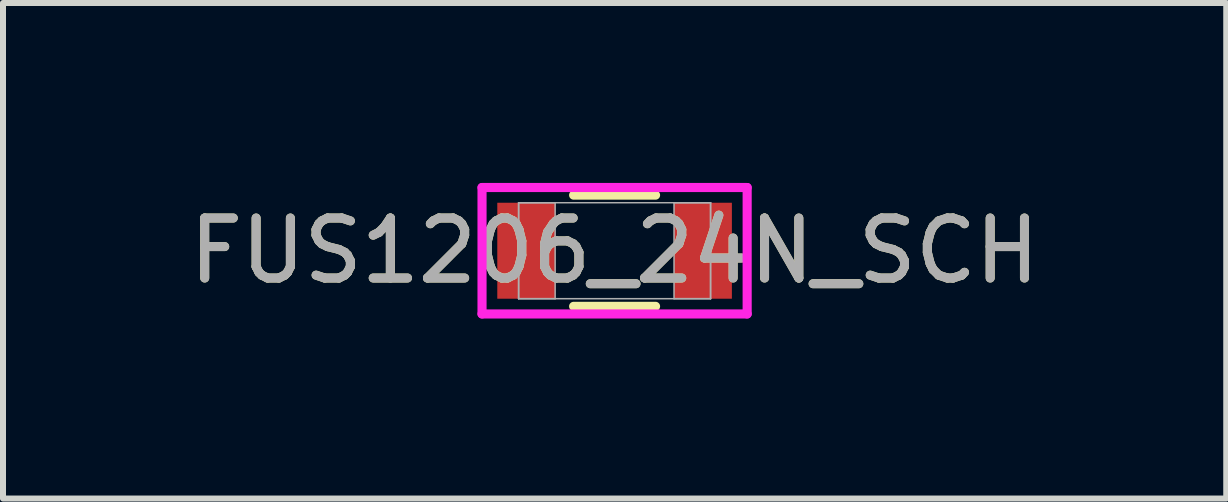
<source format=kicad_pcb>
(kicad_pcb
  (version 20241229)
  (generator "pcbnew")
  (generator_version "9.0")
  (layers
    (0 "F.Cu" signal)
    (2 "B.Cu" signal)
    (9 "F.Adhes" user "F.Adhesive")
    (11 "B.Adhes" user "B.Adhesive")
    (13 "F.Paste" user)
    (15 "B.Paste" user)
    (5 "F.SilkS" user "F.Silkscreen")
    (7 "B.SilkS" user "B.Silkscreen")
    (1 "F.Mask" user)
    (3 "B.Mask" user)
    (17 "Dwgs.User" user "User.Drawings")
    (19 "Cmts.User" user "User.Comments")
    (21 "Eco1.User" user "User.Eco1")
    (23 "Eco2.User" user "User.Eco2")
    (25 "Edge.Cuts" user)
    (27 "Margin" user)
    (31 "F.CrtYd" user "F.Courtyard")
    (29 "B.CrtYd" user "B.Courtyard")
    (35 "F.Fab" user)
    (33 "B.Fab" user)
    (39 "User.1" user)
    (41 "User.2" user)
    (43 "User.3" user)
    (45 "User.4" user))
  (footprint "FUS1206_24N_SCH"
    (layer "F.Cu")
    (at 7.196 1.13)
    (property "Reference" "FUS1206_24N_SCH" (at 0 0 0) (unlocked yes) (layer "F.SilkS") (effects (font (size 1 1) (thickness 0.15))))
    (attr smd)
    (fp_line (start -0.683 0.927) (end 0.683 0.927) (stroke (width 0.152) (type solid)) (layer "F.SilkS"))
    (fp_line (start 0.683 -0.927) (end -0.683 -0.927) (stroke (width 0.152) (type solid)) (layer "F.SilkS"))
    (fp_line (start -2.21 -1.054) (end 2.21 -1.054) (stroke (width 0.152) (type solid)) (layer "F.CrtYd"))
    (fp_line (start -2.21 1.054) (end -2.21 -1.054) (stroke (width 0.152) (type solid)) (layer "F.CrtYd"))
    (fp_line (start 2.21 -1.054) (end 2.21 1.054) (stroke (width 0.152) (type solid)) (layer "F.CrtYd"))
    (fp_line (start 2.21 1.054) (end -2.21 1.054) (stroke (width 0.152) (type solid)) (layer "F.CrtYd"))
    (fp_line (start -1.6 -0.8) (end -1.6 0.8) (stroke (width 0.025) (type solid)) (layer "F.Fab"))
    (fp_line (start -1.6 -0.8) (end -1.6 0.8) (stroke (width 0.025) (type solid)) (layer "F.Fab"))
    (fp_line (start -1.6 0.8) (end -0.991 0.8) (stroke (width 0.025) (type solid)) (layer "F.Fab"))
    (fp_line (start -1.6 0.8) (end 1.6 0.8) (stroke (width 0.025) (type solid)) (layer "F.Fab"))
    (fp_line (start -0.991 -0.8) (end -1.6 -0.8) (stroke (width 0.025) (type solid)) (layer "F.Fab"))
    (fp_line (start -0.991 0.8) (end -0.991 -0.8) (stroke (width 0.025) (type solid)) (layer "F.Fab"))
    (fp_line (start 0.991 -0.8) (end 0.991 0.8) (stroke (width 0.025) (type solid)) (layer "F.Fab"))
    (fp_line (start 0.991 0.8) (end 1.6 0.8) (stroke (width 0.025) (type solid)) (layer "F.Fab"))
    (fp_line (start 1.6 -0.8) (end -1.6 -0.8) (stroke (width 0.025) (type solid)) (layer "F.Fab"))
    (fp_line (start 1.6 -0.8) (end 0.991 -0.8) (stroke (width 0.025) (type solid)) (layer "F.Fab"))
    (fp_line (start 1.6 0.8) (end 1.6 -0.8) (stroke (width 0.025) (type solid)) (layer "F.Fab"))
    (fp_line (start 1.6 0.8) (end 1.6 -0.8) (stroke (width 0.025) (type solid)) (layer "F.Fab"))
    (fp_text user "${REFERENCE}" (at 0 0 0) (unlocked yes) (layer "F.Fab") (effects (font (size 1 1) (thickness 0.15))))
    (pad "1" smd rect (at -1.473 0) (size 0.965 1.6) (layers "F.Cu" "F.Mask" "F.Paste"))
    (pad "2" smd rect (at 1.473 0) (size 0.965 1.6) (layers "F.Cu" "F.Mask" "F.Paste"))
    (zone (net_name "") (layer "F.Cu") (hatch full 0.508) (connect_pads) (min_thickness 0.254) (filled_areas_thickness no) (keepout (tracks not_allowed) (vias not_allowed) (pads allowed) (copperpour not_allowed) (footprints allowed)) (placement (enabled no)) (fill) (polygon (pts (xy 6.257 0.381) (xy 8.136 0.381) (xy 8.136 1.88) (xy 6.257 1.88)))))
  (gr_rect
    (start -3 -3)
    (end 17.393 5.261)
    (stroke (width 0.1) (type default))
    (fill no)
    (layer "Edge.Cuts")))
</source>
